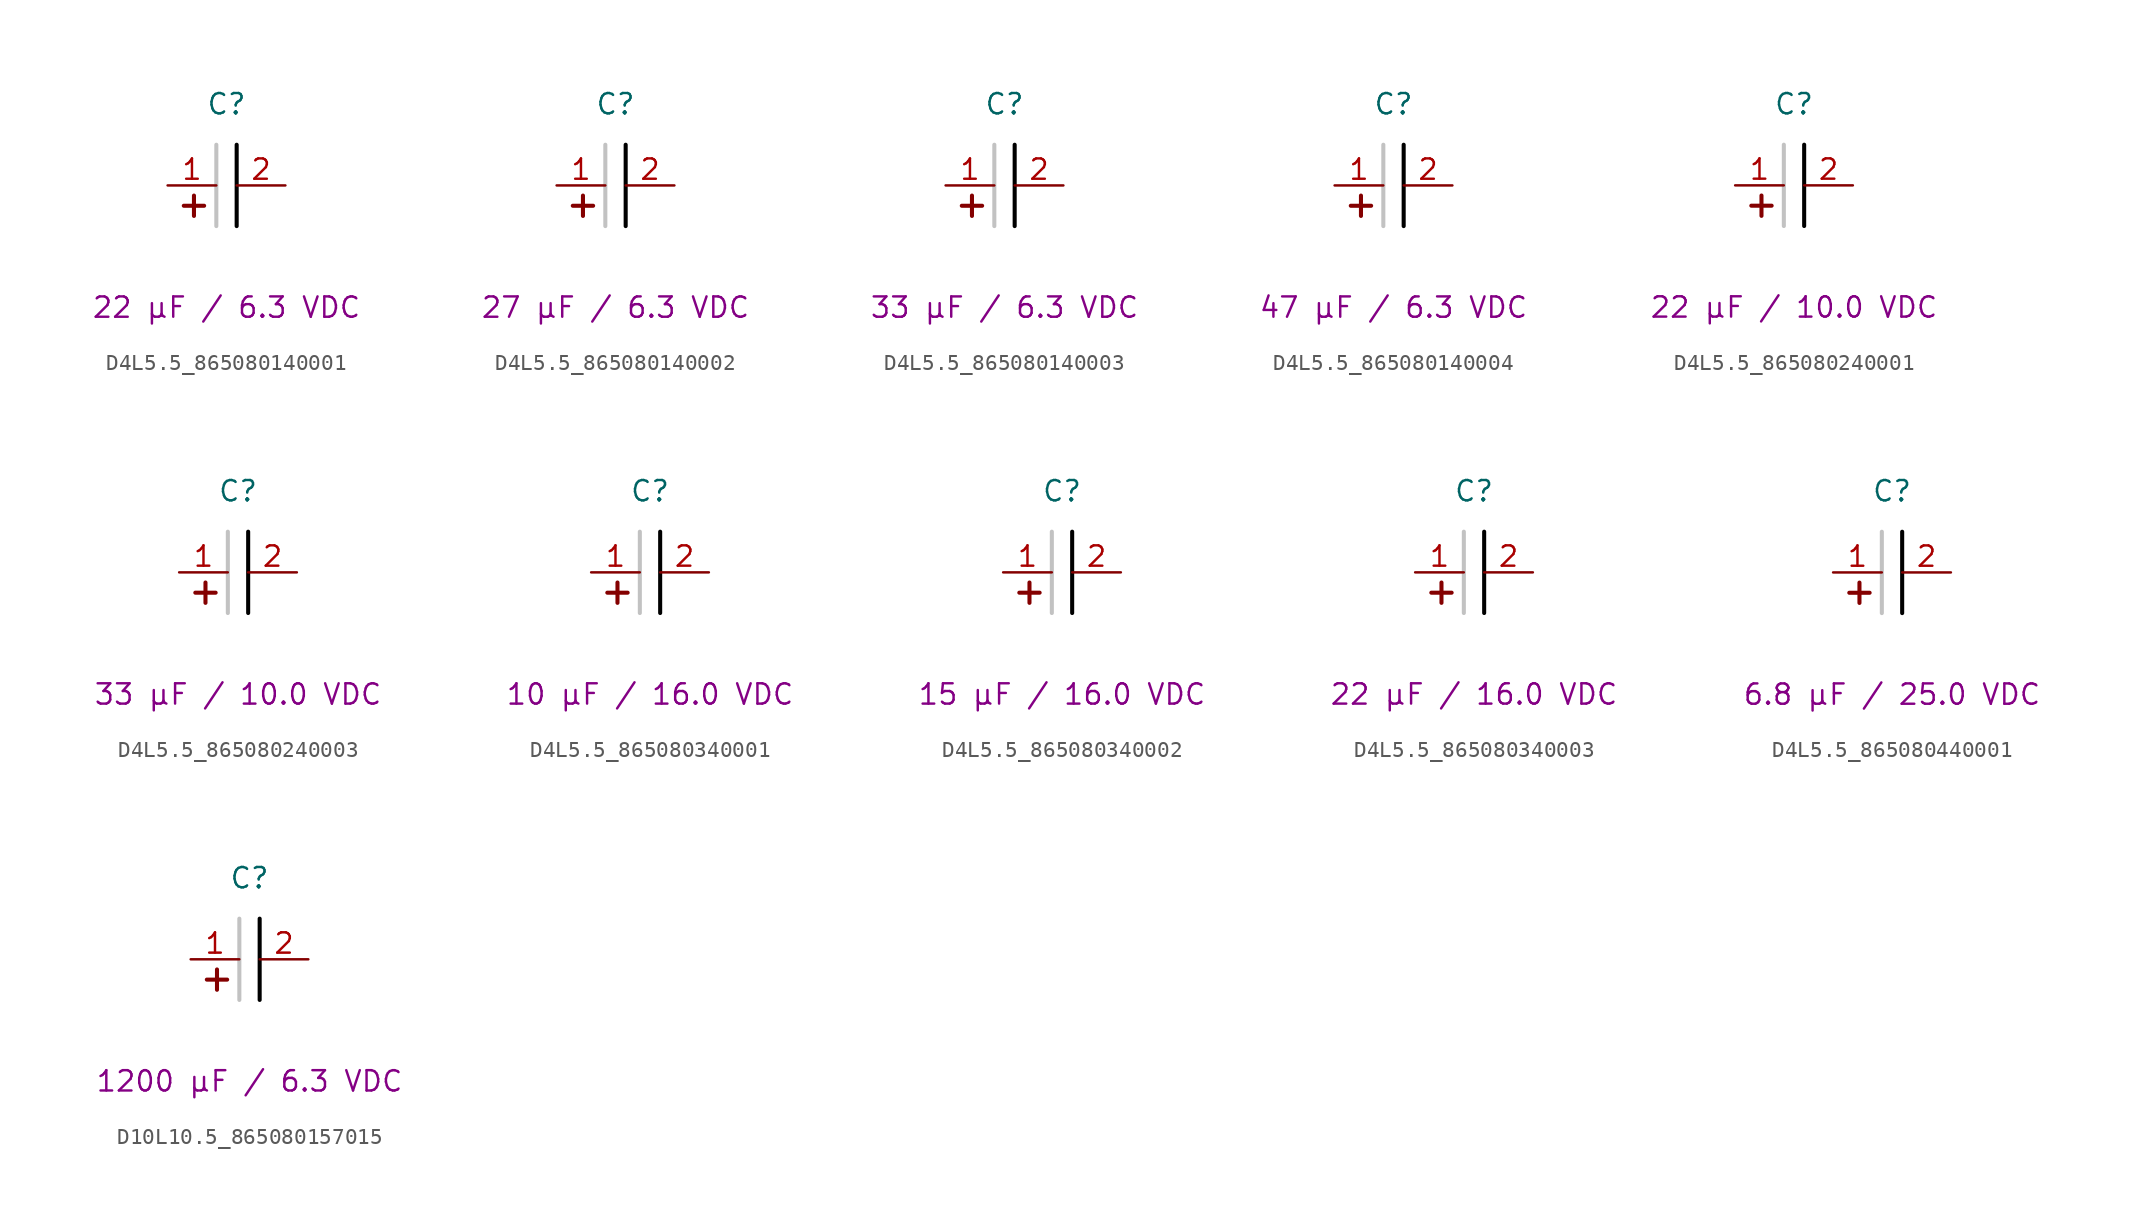
<source format=kicad_sym>
(kicad_symbol_lib
  (version 20220914)
  (generator kicad_symbol_editor)
  (symbol "D4L5.5_865080140001"
    (pin_names hide)
    (property "Reference" "C"
      (at 0 5.08 0)
      (effects (font (size 1.27 1.27))))
    (property "Critical Parameter" "22 µF / 6.3 VDC"
      (at 0 -7.62 0)
      (effects (font (size 1.27 1.27))))
    (symbol "D4L5.5_865080140001_1_1"
      (polyline (pts (xy -2.667 -1.27) (xy -1.397 -1.27)) (stroke (width 0.254) (type default)) (fill (type none)))
      (polyline (pts (xy -2.032 -0.635) (xy -2.032 -1.905)) (stroke (width 0.254) (type default)) (fill (type none)))
      (polyline (pts (xy -0.635 2.54) (xy -0.635 -2.54)) (stroke (width 0.254) (type default) (color 194 194 194 1)) (fill (type none)))
      (polyline (pts (xy 0.635 2.54) (xy 0.635 -2.54)) (stroke (width 0.254) (type default) (color 0 0 0 1)) (fill (type none)))
      (pin passive line (at -3.679 0 0) (length 3.044) (name "1" (effects (font (size 1.27 1.27)))) (number "1" (effects (font (size 1.27 1.27)))))
      (pin passive line (at 3.679 0 180) (length 3.044) (name "2" (effects (font (size 1.27 1.27)))) (number "2" (effects (font (size 1.27 1.27)))))))
  (symbol "D4L5.5_865080140002"
    (pin_names hide)
    (property "Reference" "C"
      (at 0 5.08 0)
      (effects (font (size 1.27 1.27))))
    (property "Critical Parameter" "27 µF / 6.3 VDC"
      (at 0 -7.62 0)
      (effects (font (size 1.27 1.27))))
    (symbol "D4L5.5_865080140002_1_1"
      (polyline (pts (xy -2.667 -1.27) (xy -1.397 -1.27)) (stroke (width 0.254) (type default)) (fill (type none)))
      (polyline (pts (xy -2.032 -0.635) (xy -2.032 -1.905)) (stroke (width 0.254) (type default)) (fill (type none)))
      (polyline (pts (xy -0.635 2.54) (xy -0.635 -2.54)) (stroke (width 0.254) (type default) (color 194 194 194 1)) (fill (type none)))
      (polyline (pts (xy 0.635 2.54) (xy 0.635 -2.54)) (stroke (width 0.254) (type default) (color 0 0 0 1)) (fill (type none)))
      (pin passive line (at -3.679 0 0) (length 3.044) (name "1" (effects (font (size 1.27 1.27)))) (number "1" (effects (font (size 1.27 1.27)))))
      (pin passive line (at 3.679 0 180) (length 3.044) (name "2" (effects (font (size 1.27 1.27)))) (number "2" (effects (font (size 1.27 1.27)))))))
  (symbol "D4L5.5_865080140003"
    (pin_names hide)
    (property "Reference" "C"
      (at 0 5.08 0)
      (effects (font (size 1.27 1.27))))
    (property "Critical Parameter" "33 µF / 6.3 VDC"
      (at 0 -7.62 0)
      (effects (font (size 1.27 1.27))))
    (symbol "D4L5.5_865080140003_1_1"
      (polyline (pts (xy -2.667 -1.27) (xy -1.397 -1.27)) (stroke (width 0.254) (type default)) (fill (type none)))
      (polyline (pts (xy -2.032 -0.635) (xy -2.032 -1.905)) (stroke (width 0.254) (type default)) (fill (type none)))
      (polyline (pts (xy -0.635 2.54) (xy -0.635 -2.54)) (stroke (width 0.254) (type default) (color 194 194 194 1)) (fill (type none)))
      (polyline (pts (xy 0.635 2.54) (xy 0.635 -2.54)) (stroke (width 0.254) (type default) (color 0 0 0 1)) (fill (type none)))
      (pin passive line (at -3.679 0 0) (length 3.044) (name "1" (effects (font (size 1.27 1.27)))) (number "1" (effects (font (size 1.27 1.27)))))
      (pin passive line (at 3.679 0 180) (length 3.044) (name "2" (effects (font (size 1.27 1.27)))) (number "2" (effects (font (size 1.27 1.27)))))))
  (symbol "D4L5.5_865080140004"
    (pin_names hide)
    (property "Reference" "C"
      (at 0 5.08 0)
      (effects (font (size 1.27 1.27))))
    (property "Critical Parameter" "47 µF / 6.3 VDC"
      (at 0 -7.62 0)
      (effects (font (size 1.27 1.27))))
    (symbol "D4L5.5_865080140004_1_1"
      (polyline (pts (xy -2.667 -1.27) (xy -1.397 -1.27)) (stroke (width 0.254) (type default)) (fill (type none)))
      (polyline (pts (xy -2.032 -0.635) (xy -2.032 -1.905)) (stroke (width 0.254) (type default)) (fill (type none)))
      (polyline (pts (xy -0.635 2.54) (xy -0.635 -2.54)) (stroke (width 0.254) (type default) (color 194 194 194 1)) (fill (type none)))
      (polyline (pts (xy 0.635 2.54) (xy 0.635 -2.54)) (stroke (width 0.254) (type default) (color 0 0 0 1)) (fill (type none)))
      (pin passive line (at -3.679 0 0) (length 3.044) (name "1" (effects (font (size 1.27 1.27)))) (number "1" (effects (font (size 1.27 1.27)))))
      (pin passive line (at 3.679 0 180) (length 3.044) (name "2" (effects (font (size 1.27 1.27)))) (number "2" (effects (font (size 1.27 1.27)))))))
  (symbol "D4L5.5_865080240001"
    (pin_names hide)
    (property "Reference" "C"
      (at 0 5.08 0)
      (effects (font (size 1.27 1.27))))
    (property "Critical Parameter" "22 µF / 10.0 VDC"
      (at 0 -7.62 0)
      (effects (font (size 1.27 1.27))))
    (symbol "D4L5.5_865080240001_1_1"
      (polyline (pts (xy -2.667 -1.27) (xy -1.397 -1.27)) (stroke (width 0.254) (type default)) (fill (type none)))
      (polyline (pts (xy -2.032 -0.635) (xy -2.032 -1.905)) (stroke (width 0.254) (type default)) (fill (type none)))
      (polyline (pts (xy -0.635 2.54) (xy -0.635 -2.54)) (stroke (width 0.254) (type default) (color 194 194 194 1)) (fill (type none)))
      (polyline (pts (xy 0.635 2.54) (xy 0.635 -2.54)) (stroke (width 0.254) (type default) (color 0 0 0 1)) (fill (type none)))
      (pin passive line (at -3.679 0 0) (length 3.044) (name "1" (effects (font (size 1.27 1.27)))) (number "1" (effects (font (size 1.27 1.27)))))
      (pin passive line (at 3.679 0 180) (length 3.044) (name "2" (effects (font (size 1.27 1.27)))) (number "2" (effects (font (size 1.27 1.27)))))))
  (symbol "D4L5.5_865080240003"
    (pin_names hide)
    (property "Reference" "C"
      (at 0 5.08 0)
      (effects (font (size 1.27 1.27))))
    (property "Critical Parameter" "33 µF / 10.0 VDC"
      (at 0 -7.62 0)
      (effects (font (size 1.27 1.27))))
    (symbol "D4L5.5_865080240003_1_1"
      (polyline (pts (xy -2.667 -1.27) (xy -1.397 -1.27)) (stroke (width 0.254) (type default)) (fill (type none)))
      (polyline (pts (xy -2.032 -0.635) (xy -2.032 -1.905)) (stroke (width 0.254) (type default)) (fill (type none)))
      (polyline (pts (xy -0.635 2.54) (xy -0.635 -2.54)) (stroke (width 0.254) (type default) (color 194 194 194 1)) (fill (type none)))
      (polyline (pts (xy 0.635 2.54) (xy 0.635 -2.54)) (stroke (width 0.254) (type default) (color 0 0 0 1)) (fill (type none)))
      (pin passive line (at -3.679 0 0) (length 3.044) (name "1" (effects (font (size 1.27 1.27)))) (number "1" (effects (font (size 1.27 1.27)))))
      (pin passive line (at 3.679 0 180) (length 3.044) (name "2" (effects (font (size 1.27 1.27)))) (number "2" (effects (font (size 1.27 1.27)))))))
  (symbol "D4L5.5_865080340001"
    (pin_names hide)
    (property "Reference" "C"
      (at 0 5.08 0)
      (effects (font (size 1.27 1.27))))
    (property "Critical Parameter" "10 µF / 16.0 VDC"
      (at 0 -7.62 0)
      (effects (font (size 1.27 1.27))))
    (symbol "D4L5.5_865080340001_1_1"
      (polyline (pts (xy -2.667 -1.27) (xy -1.397 -1.27)) (stroke (width 0.254) (type default)) (fill (type none)))
      (polyline (pts (xy -2.032 -0.635) (xy -2.032 -1.905)) (stroke (width 0.254) (type default)) (fill (type none)))
      (polyline (pts (xy -0.635 2.54) (xy -0.635 -2.54)) (stroke (width 0.254) (type default) (color 194 194 194 1)) (fill (type none)))
      (polyline (pts (xy 0.635 2.54) (xy 0.635 -2.54)) (stroke (width 0.254) (type default) (color 0 0 0 1)) (fill (type none)))
      (pin passive line (at -3.679 0 0) (length 3.044) (name "1" (effects (font (size 1.27 1.27)))) (number "1" (effects (font (size 1.27 1.27)))))
      (pin passive line (at 3.679 0 180) (length 3.044) (name "2" (effects (font (size 1.27 1.27)))) (number "2" (effects (font (size 1.27 1.27)))))))
  (symbol "D4L5.5_865080340002"
    (pin_names hide)
    (property "Reference" "C"
      (at 0 5.08 0)
      (effects (font (size 1.27 1.27))))
    (property "Critical Parameter" "15 µF / 16.0 VDC"
      (at 0 -7.62 0)
      (effects (font (size 1.27 1.27))))
    (symbol "D4L5.5_865080340002_1_1"
      (polyline (pts (xy -2.667 -1.27) (xy -1.397 -1.27)) (stroke (width 0.254) (type default)) (fill (type none)))
      (polyline (pts (xy -2.032 -0.635) (xy -2.032 -1.905)) (stroke (width 0.254) (type default)) (fill (type none)))
      (polyline (pts (xy -0.635 2.54) (xy -0.635 -2.54)) (stroke (width 0.254) (type default) (color 194 194 194 1)) (fill (type none)))
      (polyline (pts (xy 0.635 2.54) (xy 0.635 -2.54)) (stroke (width 0.254) (type default) (color 0 0 0 1)) (fill (type none)))
      (pin passive line (at -3.679 0 0) (length 3.044) (name "1" (effects (font (size 1.27 1.27)))) (number "1" (effects (font (size 1.27 1.27)))))
      (pin passive line (at 3.679 0 180) (length 3.044) (name "2" (effects (font (size 1.27 1.27)))) (number "2" (effects (font (size 1.27 1.27)))))))
  (symbol "D4L5.5_865080340003"
    (pin_names hide)
    (property "Reference" "C"
      (at 0 5.08 0)
      (effects (font (size 1.27 1.27))))
    (property "Critical Parameter" "22 µF / 16.0 VDC"
      (at 0 -7.62 0)
      (effects (font (size 1.27 1.27))))
    (symbol "D4L5.5_865080340003_1_1"
      (polyline (pts (xy -2.667 -1.27) (xy -1.397 -1.27)) (stroke (width 0.254) (type default)) (fill (type none)))
      (polyline (pts (xy -2.032 -0.635) (xy -2.032 -1.905)) (stroke (width 0.254) (type default)) (fill (type none)))
      (polyline (pts (xy -0.635 2.54) (xy -0.635 -2.54)) (stroke (width 0.254) (type default) (color 194 194 194 1)) (fill (type none)))
      (polyline (pts (xy 0.635 2.54) (xy 0.635 -2.54)) (stroke (width 0.254) (type default) (color 0 0 0 1)) (fill (type none)))
      (pin passive line (at -3.679 0 0) (length 3.044) (name "1" (effects (font (size 1.27 1.27)))) (number "1" (effects (font (size 1.27 1.27)))))
      (pin passive line (at 3.679 0 180) (length 3.044) (name "2" (effects (font (size 1.27 1.27)))) (number "2" (effects (font (size 1.27 1.27)))))))
  (symbol "D4L5.5_865080440001"
    (pin_names hide)
    (property "Reference" "C"
      (at 0 5.08 0)
      (effects (font (size 1.27 1.27))))
    (property "Critical Parameter" "6.8 µF / 25.0 VDC"
      (at 0 -7.62 0)
      (effects (font (size 1.27 1.27))))
    (symbol "D4L5.5_865080440001_1_1"
      (polyline (pts (xy -2.667 -1.27) (xy -1.397 -1.27)) (stroke (width 0.254) (type default)) (fill (type none)))
      (polyline (pts (xy -2.032 -0.635) (xy -2.032 -1.905)) (stroke (width 0.254) (type default)) (fill (type none)))
      (polyline (pts (xy -0.635 2.54) (xy -0.635 -2.54)) (stroke (width 0.254) (type default) (color 194 194 194 1)) (fill (type none)))
      (polyline (pts (xy 0.635 2.54) (xy 0.635 -2.54)) (stroke (width 0.254) (type default) (color 0 0 0 1)) (fill (type none)))
      (pin passive line (at -3.679 0 0) (length 3.044) (name "1" (effects (font (size 1.27 1.27)))) (number "1" (effects (font (size 1.27 1.27)))))
      (pin passive line (at 3.679 0 180) (length 3.044) (name "2" (effects (font (size 1.27 1.27)))) (number "2" (effects (font (size 1.27 1.27)))))))
  (symbol "D10L10.5_865080157015"
    (pin_names hide)
    (property "Reference" "C"
      (at 0 5.08 0)
      (effects (font (size 1.27 1.27))))
    (property "Critical Parameter" "1200 µF / 6.3 VDC"
      (at 0 -7.62 0)
      (effects (font (size 1.27 1.27))))
    (symbol "D10L10.5_865080157015_1_1"
      (polyline (pts (xy -2.667 -1.27) (xy -1.397 -1.27)) (stroke (width 0.254) (type default)) (fill (type none)))
      (polyline (pts (xy -2.032 -0.635) (xy -2.032 -1.905)) (stroke (width 0.254) (type default)) (fill (type none)))
      (polyline (pts (xy -0.635 2.54) (xy -0.635 -2.54)) (stroke (width 0.254) (type default) (color 194 194 194 1)) (fill (type none)))
      (polyline (pts (xy 0.635 2.54) (xy 0.635 -2.54)) (stroke (width 0.254) (type default) (color 0 0 0 1)) (fill (type none)))
      (pin passive line (at -3.679 0 0) (length 3.044) (name "1" (effects (font (size 1.27 1.27)))) (number "1" (effects (font (size 1.27 1.27)))))
      (pin passive line (at 3.679 0 180) (length 3.044) (name "2" (effects (font (size 1.27 1.27)))) (number "2" (effects (font (size 1.27 1.27))))))))
</source>
